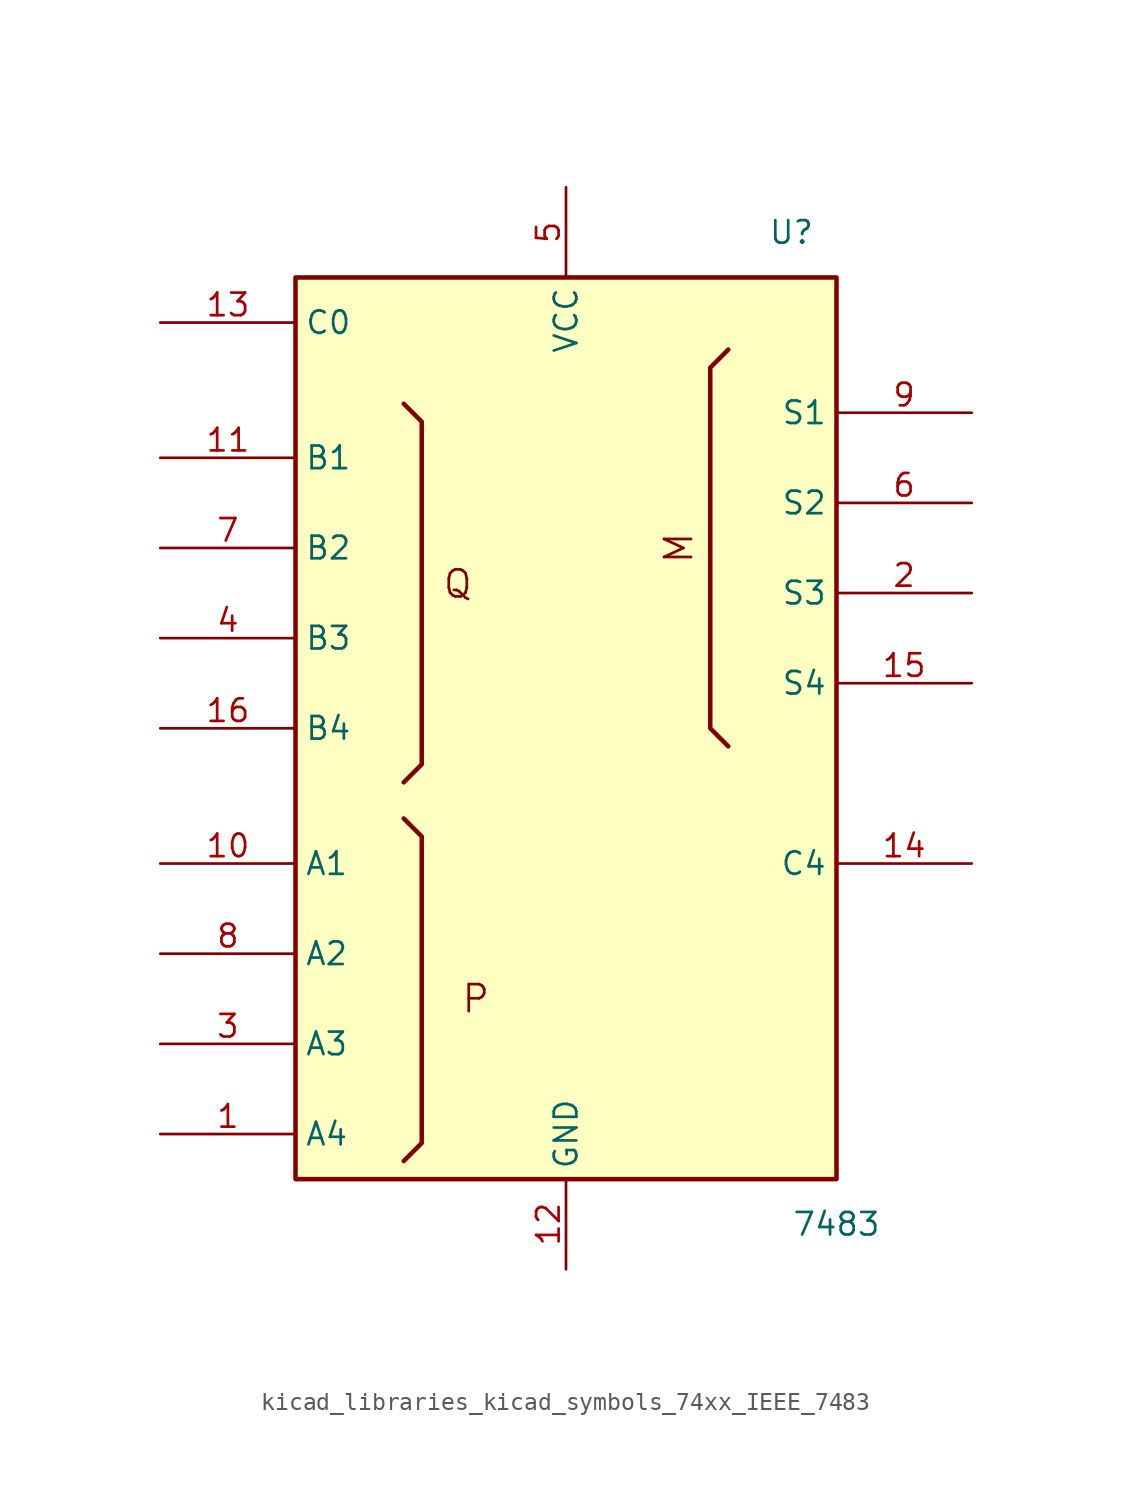
<source format=kicad_sym>
(kicad_symbol_lib
  (version 20220914)
  (generator kicad_symbol_editor)
  (symbol "kicad_libraries_kicad_symbols_74xx_IEEE_7483"
    (property "Reference" "U"
      (at 12.7 27.94 0)
      (effects (font (size 1.27 1.27))))
    (property "Value" "7483"
      (at 15.24 -27.94 0)
      (effects (font (size 1.27 1.27))))
    (symbol "kicad_libraries_kicad_symbols_74xx_IEEE_7483_0_0"
      (rectangle (start -15.24 25.4) (end 15.24 -25.4) (stroke (width 0.254) (type default)) (fill (type background)))
      (polyline (pts (xy -9.144 -24.384) (xy -8.128 -23.368) (xy -8.128 -6.096) (xy -9.144 -5.08) (xy -9.144 -5.08)) (stroke (width 0.254) (type default)) (fill (type background)))
      (polyline (pts (xy -9.144 18.288) (xy -8.128 17.272) (xy -8.128 -2.032) (xy -9.144 -3.048) (xy -9.144 -3.048)) (stroke (width 0.254) (type default)) (fill (type background)))
      (polyline (pts (xy 9.144 21.336) (xy 8.128 20.32) (xy 8.128 0) (xy 9.144 -1.016) (xy 9.144 -1.016)) (stroke (width 0.254) (type default)) (fill (type background)))
      (text "M" (at 6.35 10.16 900) (effects (font (size 1.524 1.524))))
      (text "P" (at -5.08 -15.24 0) (effects (font (size 1.524 1.524))))
      (text "Q" (at -6.096 8.128 0) (effects (font (size 1.524 1.524))))
      (pin power_in line (at 0 -30.48 90) (length 5.08) (name "GND" (effects (font (size 1.27 1.27)))) (number "12" (effects (font (size 1.27 1.27)))))
      (pin power_in line (at 0 30.48 270) (length 5.08) (name "VCC" (effects (font (size 1.27 1.27)))) (number "5" (effects (font (size 1.27 1.27))))))
    (symbol "kicad_libraries_kicad_symbols_74xx_IEEE_7483_1_1"
      (pin input line (at -22.86 -22.86 0) (length 7.62) (name "A4" (effects (font (size 1.27 1.27)))) (number "1" (effects (font (size 1.27 1.27)))))
      (pin input line (at -22.86 -7.62 0) (length 7.62) (name "A1" (effects (font (size 1.27 1.27)))) (number "10" (effects (font (size 1.27 1.27)))))
      (pin input line (at -22.86 15.24 0) (length 7.62) (name "B1" (effects (font (size 1.27 1.27)))) (number "11" (effects (font (size 1.27 1.27)))))
      (pin input line (at -22.86 22.86 0) (length 7.62) (name "C0" (effects (font (size 1.27 1.27)))) (number "13" (effects (font (size 1.27 1.27)))))
      (pin output line (at 22.86 -7.62 180) (length 7.62) (name "C4" (effects (font (size 1.27 1.27)))) (number "14" (effects (font (size 1.27 1.27)))))
      (pin output line (at 22.86 2.54 180) (length 7.62) (name "S4" (effects (font (size 1.27 1.27)))) (number "15" (effects (font (size 1.27 1.27)))))
      (pin input line (at -22.86 0 0) (length 7.62) (name "B4" (effects (font (size 1.27 1.27)))) (number "16" (effects (font (size 1.27 1.27)))))
      (pin output line (at 22.86 7.62 180) (length 7.62) (name "S3" (effects (font (size 1.27 1.27)))) (number "2" (effects (font (size 1.27 1.27)))))
      (pin input line (at -22.86 -17.78 0) (length 7.62) (name "A3" (effects (font (size 1.27 1.27)))) (number "3" (effects (font (size 1.27 1.27)))))
      (pin input line (at -22.86 5.08 0) (length 7.62) (name "B3" (effects (font (size 1.27 1.27)))) (number "4" (effects (font (size 1.27 1.27)))))
      (pin output line (at 22.86 12.7 180) (length 7.62) (name "S2" (effects (font (size 1.27 1.27)))) (number "6" (effects (font (size 1.27 1.27)))))
      (pin input line (at -22.86 10.16 0) (length 7.62) (name "B2" (effects (font (size 1.27 1.27)))) (number "7" (effects (font (size 1.27 1.27)))))
      (pin input line (at -22.86 -12.7 0) (length 7.62) (name "A2" (effects (font (size 1.27 1.27)))) (number "8" (effects (font (size 1.27 1.27)))))
      (pin output line (at 22.86 17.78 180) (length 7.62) (name "S1" (effects (font (size 1.27 1.27)))) (number "9" (effects (font (size 1.27 1.27))))))))
</source>
